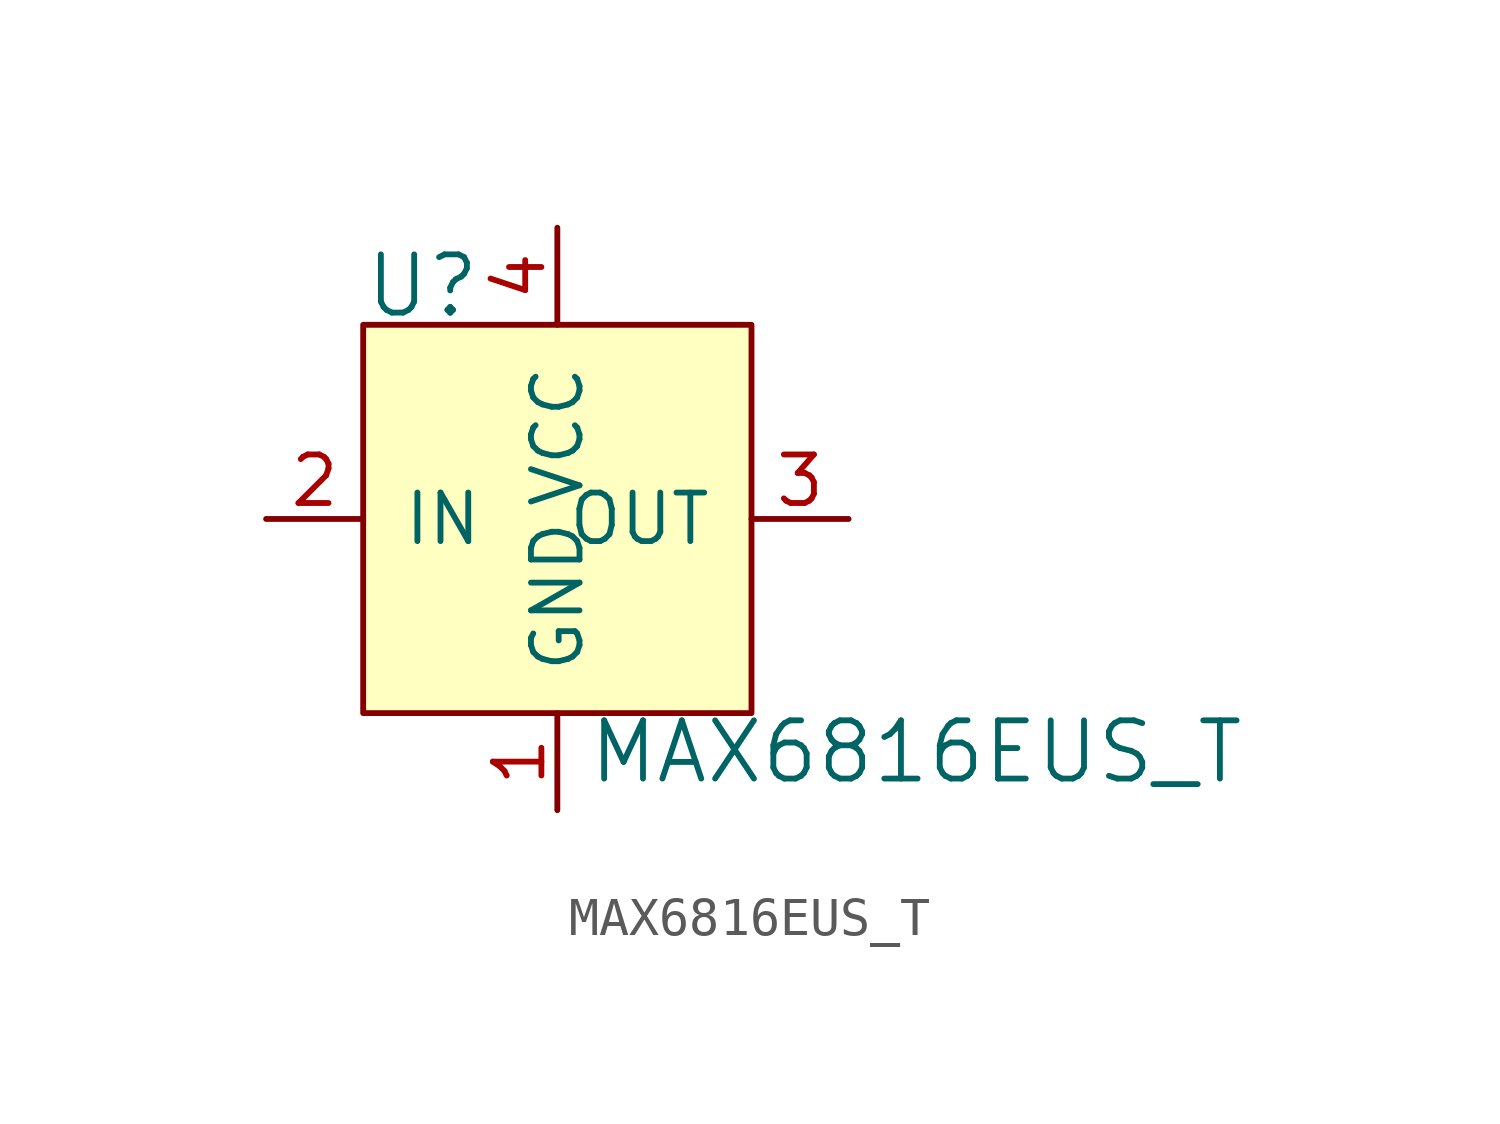
<source format=kicad_sym>
(kicad_symbol_lib
  (version 20231120)
  (generator "kicad_symbol_editor")
  (generator_version "8.0")
  (symbol "MAX6816EUS_T"
    (pin_names
      (offset 1.016))
    (property "Reference" "U"
      (at -5.08 1.016 0)
      (effects (font (size 1.524 1.524)) (justify left)))
    (property "Value" "MAX6816EUS_T"
      (at 0.762 -11.176 0)
      (effects (font (size 1.524 1.524)) (justify left)))
    (symbol "MAX6816EUS_T_0_1"
      (rectangle (start -5.08 0) (end 5.08 -10.16) (stroke (width 0) (type solid)) (fill (type background))))
    (symbol "MAX6816EUS_T_1_1"
      (pin power_in line (at 0 -12.7 90) (length 2.54) (name "GND" (effects (font (size 1.27 1.27)))) (number "1" (effects (font (size 1.27 1.27)))))
      (pin input line (at -7.62 -5.08 0) (length 2.54) (name "IN" (effects (font (size 1.27 1.27)))) (number "2" (effects (font (size 1.27 1.27)))))
      (pin output line (at 7.62 -5.08 180) (length 2.54) (name "OUT" (effects (font (size 1.27 1.27)))) (number "3" (effects (font (size 1.27 1.27)))))
      (pin power_in line (at 0 2.54 270) (length 2.54) (name "VCC" (effects (font (size 1.27 1.27)))) (number "4" (effects (font (size 1.27 1.27))))))))
</source>
